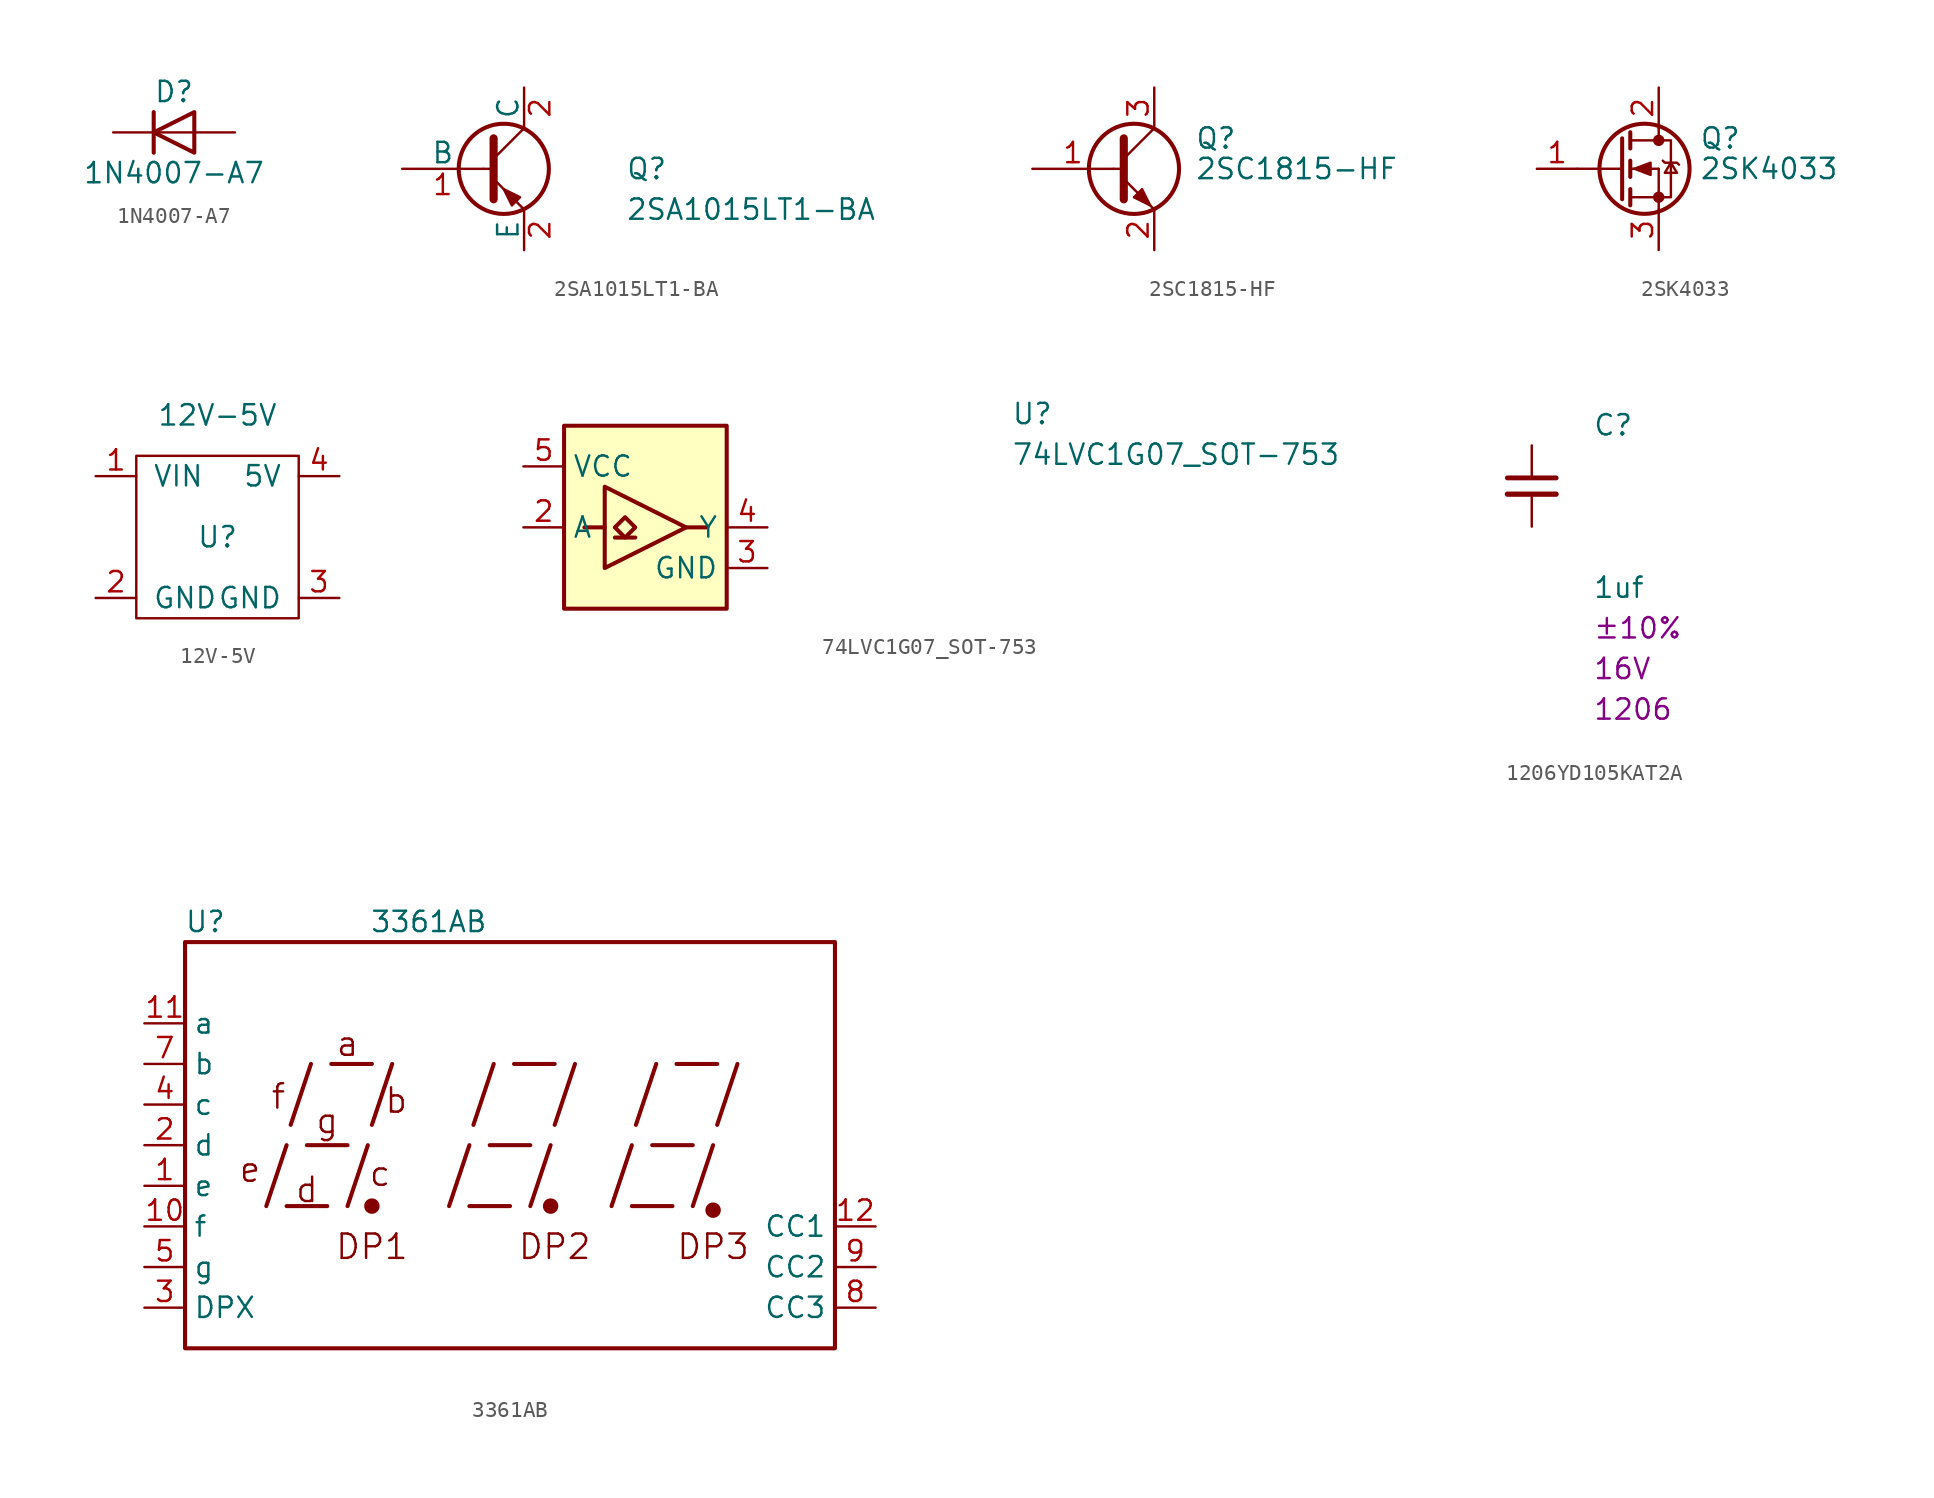
<source format=kicad_sym>
(kicad_symbol_lib
  (version 20231120)
  (generator "kicad_symbol_editor")
  (generator_version "8.0")
  (symbol "1N4007-A7"
    (pin_numbers hide)
    (pin_names
      (offset 1.016) hide)
    (property "Reference" "D"
      (at 0 2.54 0)
      (effects (font (size 1.27 1.27))))
    (property "Value" "1N4007-A7"
      (at 0 -2.54 0)
      (effects (font (size 1.27 1.27))))
    (symbol "1N4007-A7_0_1"
      (polyline (pts (xy -1.27 1.27) (xy -1.27 -1.27)) (stroke (width 0.254) (type default)) (fill (type none)))
      (polyline (pts (xy 1.27 0) (xy -1.27 0)) (stroke (width 0) (type default)) (fill (type none)))
      (polyline (pts (xy 1.27 1.27) (xy 1.27 -1.27) (xy -1.27 0) (xy 1.27 1.27)) (stroke (width 0.254) (type default)) (fill (type none))))
    (symbol "1N4007-A7_1_1"
      (pin passive line (at -3.81 0 0) (length 2.54) (name "K" (effects (font (size 1.27 1.27)))) (number "1" (effects (font (size 1.27 1.27)))))
      (pin passive line (at 3.81 0 180) (length 2.54) (name "A" (effects (font (size 1.27 1.27)))) (number "2" (effects (font (size 1.27 1.27)))))))
  (symbol "2SA1015LT1-BA"
    (pin_names
      (offset 0))
    (property "Reference" "Q"
      (at 8.89 0 0)
      (effects (font (size 1.27 1.27)) (justify left)))
    (property "Value" "2SA1015LT1-BA"
      (at 8.89 -2.54 0)
      (effects (font (size 1.27 1.27)) (justify left)))
    (symbol "2SA1015LT1-BA_0_1"
      (polyline (pts (xy 0 0) (xy 0.635 0)) (stroke (width 0) (type default)) (fill (type none)))
      (polyline (pts (xy 2.54 -2.54) (xy 0.635 -0.635)) (stroke (width 0) (type default)) (fill (type none)))
      (polyline (pts (xy 2.54 2.54) (xy 0.635 0.635)) (stroke (width 0) (type default)) (fill (type none)))
      (polyline (pts (xy 0.635 1.905) (xy 0.635 -1.905) (xy 0.635 -1.905)) (stroke (width 0.508) (type default)) (fill (type outline)))
      (polyline (pts (xy 1.778 -2.286) (xy 2.286 -1.778) (xy 1.27 -1.27) (xy 1.778 -2.286) (xy 1.778 -2.286)) (stroke (width 0) (type default)) (fill (type outline)))
      (circle (center 1.27 0) (radius 2.819) (stroke (width 0.254) (type default)) (fill (type none))))
    (symbol "2SA1015LT1-BA_1_1"
      (pin input line (at -5.08 0 0) (length 5.08) (name "B" (effects (font (size 1.27 1.27)))) (number "1" (effects (font (size 1.27 1.27)))))
      (pin passive line (at 2.54 5.08 270) (length 2.54) (name "C" (effects (font (size 1.27 1.27)))) (number "2" (effects (font (size 1.27 1.27)))))
      (pin passive line (at 2.54 -5.08 90) (length 2.54) (name "E" (effects (font (size 1.27 1.27)))) (number "2" (effects (font (size 1.27 1.27)))))))
  (symbol "2SC1815-HF"
    (pin_names
      (offset 0) hide)
    (property "Reference" "Q"
      (at 5.08 1.905 0)
      (effects (font (size 1.27 1.27)) (justify left)))
    (property "Value" "2SC1815-HF"
      (at 5.08 0 0)
      (effects (font (size 1.27 1.27)) (justify left)))
    (symbol "2SC1815-HF_0_1"
      (polyline (pts (xy 0 0) (xy 0.508 0)) (stroke (width 0) (type default)) (fill (type none)))
      (polyline (pts (xy 0.635 0.635) (xy 2.54 2.54)) (stroke (width 0) (type default)) (fill (type none)))
      (polyline (pts (xy 0.635 -0.635) (xy 2.54 -2.54) (xy 2.54 -2.54)) (stroke (width 0) (type default)) (fill (type none)))
      (polyline (pts (xy 0.635 1.905) (xy 0.635 -1.905) (xy 0.635 -1.905)) (stroke (width 0.508) (type default)) (fill (type none)))
      (polyline (pts (xy 1.27 -1.778) (xy 1.778 -1.27) (xy 2.286 -2.286) (xy 1.27 -1.778) (xy 1.27 -1.778)) (stroke (width 0) (type default)) (fill (type outline)))
      (circle (center 1.27 0) (radius 2.819) (stroke (width 0.254) (type default)) (fill (type none))))
    (symbol "2SC1815-HF_1_1"
      (pin input line (at -5.08 0 0) (length 5.08) (name "B" (effects (font (size 1.27 1.27)))) (number "1" (effects (font (size 1.27 1.27)))))
      (pin passive line (at 2.54 -5.08 90) (length 2.54) (name "E" (effects (font (size 1.27 1.27)))) (number "2" (effects (font (size 1.27 1.27)))))
      (pin passive line (at 2.54 5.08 270) (length 2.54) (name "C" (effects (font (size 1.27 1.27)))) (number "3" (effects (font (size 1.27 1.27)))))))
  (symbol "2SK4033"
    (pin_names
      (offset 0) hide)
    (property "Reference" "Q"
      (at 5.08 1.905 0)
      (effects (font (size 1.27 1.27)) (justify left)))
    (property "Value" "2SK4033"
      (at 5.08 0 0)
      (effects (font (size 1.27 1.27)) (justify left)))
    (symbol "2SK4033_0_1"
      (polyline (pts (xy -2.54 0) (xy 0.254 0)) (stroke (width 0) (type solid)) (fill (type none)))
      (polyline (pts (xy 0.762 -1.778) (xy 2.54 -1.778)) (stroke (width 0) (type solid)) (fill (type none)))
      (polyline (pts (xy 0.762 -1.27) (xy 0.762 -2.286)) (stroke (width 0.254) (type solid)) (fill (type none)))
      (polyline (pts (xy 0.762 0) (xy 2.54 0)) (stroke (width 0) (type solid)) (fill (type none)))
      (polyline (pts (xy 0.762 0.508) (xy 0.762 -0.508)) (stroke (width 0.254) (type solid)) (fill (type none)))
      (polyline (pts (xy 0.762 1.778) (xy 2.54 1.778)) (stroke (width 0) (type solid)) (fill (type none)))
      (polyline (pts (xy 0.762 2.286) (xy 0.762 1.27)) (stroke (width 0.254) (type solid)) (fill (type none)))
      (polyline (pts (xy 2.54 -1.778) (xy 2.54 -2.54)) (stroke (width 0) (type solid)) (fill (type none)))
      (polyline (pts (xy 2.54 -1.778) (xy 2.54 0)) (stroke (width 0) (type solid)) (fill (type none)))
      (polyline (pts (xy 2.54 2.54) (xy 2.54 1.778)) (stroke (width 0) (type solid)) (fill (type none)))
      (polyline (pts (xy 0.254 1.905) (xy 0.254 -1.905) (xy 0.254 -1.905)) (stroke (width 0.254) (type solid)) (fill (type none)))
      (polyline (pts (xy 1.016 0) (xy 2.032 0.381) (xy 2.032 -0.381) (xy 1.016 0)) (stroke (width 0) (type solid)) (fill (type outline)))
      (polyline (pts (xy 2.54 -1.778) (xy 3.302 -1.778) (xy 3.302 1.778) (xy 2.54 1.778)) (stroke (width 0) (type solid)) (fill (type none)))
      (polyline (pts (xy 2.794 0.508) (xy 2.921 0.381) (xy 3.683 0.381) (xy 3.81 0.254)) (stroke (width 0) (type solid)) (fill (type none)))
      (polyline (pts (xy 3.302 0.381) (xy 2.921 -0.254) (xy 3.683 -0.254) (xy 3.302 0.381)) (stroke (width 0) (type solid)) (fill (type none)))
      (circle (center 1.651 0) (radius 2.819) (stroke (width 0.254) (type solid)) (fill (type none)))
      (circle (center 2.54 -1.778) (radius 0.279) (stroke (width 0) (type solid)) (fill (type outline)))
      (circle (center 2.54 1.778) (radius 0.279) (stroke (width 0) (type solid)) (fill (type outline))))
    (symbol "2SK4033_1_1"
      (pin input line (at -5.08 0 0) (length 2.54) (name "G" (effects (font (size 1.27 1.27)))) (number "1" (effects (font (size 1.27 1.27)))))
      (pin passive line (at 2.54 5.08 270) (length 2.54) (name "D" (effects (font (size 1.27 1.27)))) (number "2" (effects (font (size 1.27 1.27)))))
      (pin passive line (at 2.54 -5.08 90) (length 2.54) (name "S" (effects (font (size 1.27 1.27)))) (number "3" (effects (font (size 1.27 1.27)))))))
  (symbol "12V-5V"
    (pin_names
      (offset 1.016))
    (property "Reference" "U"
      (at 0 0 0)
      (effects (font (size 1.27 1.27))))
    (property "Value" "12V-5V"
      (at 0 7.62 0)
      (effects (font (size 1.27 1.27))))
    (symbol "12V-5V_0_1"
      (rectangle (start -5.08 5.08) (end 5.08 -5.08) (stroke (width 0) (type solid)) (fill (type none))))
    (symbol "12V-5V_1_1"
      (pin passive line (at -7.62 3.81 0) (length 2.54) (name "VIN" (effects (font (size 1.27 1.27)))) (number "1" (effects (font (size 1.27 1.27)))))
      (pin passive line (at -7.62 -3.81 0) (length 2.54) (name "GND" (effects (font (size 1.27 1.27)))) (number "2" (effects (font (size 1.27 1.27)))))
      (pin passive line (at 7.62 -3.81 180) (length 2.54) (name "GND" (effects (font (size 1.27 1.27)))) (number "3" (effects (font (size 1.27 1.27)))))
      (pin passive line (at 7.62 3.81 180) (length 2.54) (name "5V" (effects (font (size 1.27 1.27)))) (number "4" (effects (font (size 1.27 1.27)))))))
  (symbol "74LVC1G07_SOT-753"
    (property "Reference" "U"
      (at 30.48 2.54 0)
      (effects (font (size 1.27 1.27) (thickness 0.15)) (justify left bottom)))
    (property "Value" "74LVC1G07_SOT-753"
      (at 30.48 0 0)
      (effects (font (size 1.27 1.27) (thickness 0.15)) (justify left bottom)))
    (symbol "74LVC1G07_SOT-753_1_1"
      (polyline (pts (xy 5.08 -3.81) (xy 3.81 -3.81)) (stroke (width 0.254) (type default)) (fill (type background)))
      (polyline (pts (xy 5.715 -4.445) (xy 6.985 -4.445)) (stroke (width 0.254) (type default)) (fill (type background)))
      (polyline (pts (xy 10.16 -3.81) (xy 11.43 -3.81)) (stroke (width 0.254) (type default)) (fill (type background)))
      (polyline (pts (xy 5.08 -1.27) (xy 5.08 -6.35) (xy 10.16 -3.81) (xy 5.08 -1.27)) (stroke (width 0.254) (type default)) (fill (type background)))
      (polyline (pts (xy 6.35 -3.175) (xy 5.715 -3.81) (xy 6.35 -4.445) (xy 6.985 -3.81) (xy 6.35 -3.175)) (stroke (width 0.254) (type default)) (fill (type background)))
      (rectangle (start 2.54 2.54) (end 12.7 -8.89) (stroke (width 0.254) (type default)) (fill (type background)))
      (pin no_connect line (at 2.54 -6.35 0) (length 2.54) hide (name "NC" (effects (font (size 1.27 1.27)))) (number "1" (effects (font (size 1.27 1.27)))))
      (pin input line (at 0 -3.81 0) (length 2.54) (name "A" (effects (font (size 1.27 1.27)))) (number "2" (effects (font (size 1.27 1.27)))))
      (pin power_in line (at 15.24 -6.35 180) (length 2.54) (name "GND" (effects (font (size 1.27 1.27)))) (number "3" (effects (font (size 1.27 1.27)))))
      (pin output line (at 15.24 -3.81 180) (length 2.54) (name "Y" (effects (font (size 1.27 1.27)))) (number "4" (effects (font (size 1.27 1.27)))))
      (pin power_in line (at 0 0 0) (length 2.54) (name "VCC" (effects (font (size 1.27 1.27)))) (number "5" (effects (font (size 1.27 1.27)))))))
  (symbol "1206YD105KAT2A"
    (pin_numbers hide)
    (pin_names
      (offset 0.254) hide)
    (property "Reference" "C"
      (at 3.81 3.81 0)
      (effects (font (size 1.27 1.27)) (justify left)))
    (property "Value" "1uf"
      (at 3.81 -6.35 0)
      (effects (font (size 1.27 1.27)) (justify left)))
    (property "Tolerance" "±10%"
      (at 3.81 -8.89 0)
      (effects (font (size 1.27 1.27)) (justify left)))
    (property "MAX Voltage" "16V"
      (at 3.81 -11.43 0)
      (effects (font (size 1.27 1.27)) (justify left)))
    (property "Chip Set" "1206"
      (at 3.81 -13.97 0)
      (effects (font (size 1.27 1.27)) (justify left)))
    (symbol "1206YD105KAT2A_1_1"
      (polyline (pts (xy -1.524 -0.508) (xy 1.524 -0.508)) (stroke (width 0.33) (type solid)) (fill (type none)))
      (polyline (pts (xy -1.524 0.508) (xy 1.524 0.508)) (stroke (width 0.305) (type solid)) (fill (type none)))
      (pin passive line (at 0 2.54 270) (length 2.032) (name "~" (effects (font (size 1.27 1.27)))) (number "1" (effects (font (size 1.27 1.27)))))
      (pin passive line (at 0 -2.54 90) (length 2.032) (name "~" (effects (font (size 1.27 1.27)))) (number "2" (effects (font (size 1.27 1.27)))))))
  (symbol "3361AB"
    (property "Reference" "U"
      (at -19.05 13.97 0)
      (effects (font (size 1.27 1.27))))
    (property "Value" "3361AB"
      (at -5.08 13.97 0)
      (effects (font (size 1.27 1.27))))
    (symbol "3361AB_0_0"
      (rectangle (start -20.32 12.7) (end 20.32 -12.7) (stroke (width 0.254) (type default)) (fill (type none)))
      (polyline (pts (xy -15.24 -3.81) (xy -13.97 0)) (stroke (width 0.254) (type default)) (fill (type none)))
      (polyline (pts (xy -13.97 -3.81) (xy -11.43 -3.81)) (stroke (width 0.254) (type default)) (fill (type none)))
      (polyline (pts (xy -13.716 1.27) (xy -12.446 5.08)) (stroke (width 0.254) (type default)) (fill (type none)))
      (polyline (pts (xy -12.7 0) (xy -10.16 0)) (stroke (width 0.254) (type default)) (fill (type none)))
      (polyline (pts (xy -11.176 5.08) (xy -8.636 5.08)) (stroke (width 0.254) (type default)) (fill (type none)))
      (polyline (pts (xy -10.16 -3.81) (xy -8.89 0)) (stroke (width 0.254) (type default)) (fill (type none)))
      (polyline (pts (xy -8.636 1.27) (xy -7.366 5.08)) (stroke (width 0.254) (type default)) (fill (type none)))
      (polyline (pts (xy -3.81 -3.81) (xy -2.54 0)) (stroke (width 0.254) (type default)) (fill (type none)))
      (polyline (pts (xy -2.54 -3.81) (xy 0 -3.81)) (stroke (width 0.254) (type default)) (fill (type none)))
      (polyline (pts (xy -2.286 1.27) (xy -1.016 5.08)) (stroke (width 0.254) (type default)) (fill (type none)))
      (polyline (pts (xy -1.27 0) (xy 1.27 0)) (stroke (width 0.254) (type default)) (fill (type none)))
      (polyline (pts (xy 0.254 5.08) (xy 2.794 5.08)) (stroke (width 0.254) (type default)) (fill (type none)))
      (polyline (pts (xy 1.27 -3.81) (xy 2.54 0)) (stroke (width 0.254) (type default)) (fill (type none)))
      (polyline (pts (xy 2.794 1.27) (xy 4.064 5.08)) (stroke (width 0.254) (type default)) (fill (type none)))
      (polyline (pts (xy 6.35 -3.81) (xy 7.62 0)) (stroke (width 0.254) (type default)) (fill (type none)))
      (polyline (pts (xy 7.62 -3.81) (xy 10.16 -3.81)) (stroke (width 0.254) (type default)) (fill (type none)))
      (polyline (pts (xy 7.874 1.27) (xy 9.144 5.08)) (stroke (width 0.254) (type default)) (fill (type none)))
      (polyline (pts (xy 8.89 0) (xy 11.43 0)) (stroke (width 0.254) (type default)) (fill (type none)))
      (polyline (pts (xy 10.414 5.08) (xy 12.954 5.08)) (stroke (width 0.254) (type default)) (fill (type none)))
      (polyline (pts (xy 11.43 -3.81) (xy 12.7 0)) (stroke (width 0.254) (type default)) (fill (type none)))
      (polyline (pts (xy 12.954 1.27) (xy 14.224 5.08)) (stroke (width 0.254) (type default)) (fill (type none)))
      (text "a" (at -10.16 6.35 0) (effects (font (size 1.524 1.524))))
      (text "b" (at -7.112 2.794 0) (effects (font (size 1.524 1.524))))
      (text "c" (at -8.128 -1.778 0) (effects (font (size 1.524 1.524))))
      (text "d" (at -12.7 -2.794 0) (effects (font (size 1.524 1.524))))
      (text "DP1" (at -8.636 -6.35 0) (effects (font (size 1.524 1.524))))
      (text "DP2" (at 2.794 -6.35 0) (effects (font (size 1.524 1.524))))
      (text "DP3" (at 12.7 -6.35 0) (effects (font (size 1.524 1.524))))
      (text "e" (at -16.256 -1.524 0) (effects (font (size 1.524 1.524))))
      (text "f" (at -14.478 3.048 0) (effects (font (size 1.524 1.524))))
      (text "g" (at -11.43 1.524 0) (effects (font (size 1.524 1.524)))))
    (symbol "3361AB_0_1"
      (circle (center -8.636 -3.81) (radius 0.356) (stroke (width 0.254) (type default)) (fill (type outline)))
      (circle (center 2.54 -3.81) (radius 0.356) (stroke (width 0.254) (type default)) (fill (type outline))))
    (symbol "3361AB_1_0"
      (circle (center 12.7 -4.064) (radius 0.356) (stroke (width 0.254) (type default)) (fill (type outline))))
    (symbol "3361AB_1_1"
      (pin input line (at -22.86 -2.54 0) (length 2.54) (name "e" (effects (font (size 1.27 1.27)))) (number "1" (effects (font (size 1.27 1.27)))))
      (pin input line (at -22.86 -5.08 0) (length 2.54) (name "f" (effects (font (size 1.27 1.27)))) (number "10" (effects (font (size 1.27 1.27)))))
      (pin input line (at -22.86 7.62 0) (length 2.54) (name "a" (effects (font (size 1.27 1.27)))) (number "11" (effects (font (size 1.27 1.27)))))
      (pin input line (at 22.86 -5.08 180) (length 2.54) (name "CC1" (effects (font (size 1.27 1.27)))) (number "12" (effects (font (size 1.27 1.27)))))
      (pin input line (at -22.86 0 0) (length 2.54) (name "d" (effects (font (size 1.27 1.27)))) (number "2" (effects (font (size 1.27 1.27)))))
      (pin input line (at -22.86 -10.16 0) (length 2.54) (name "DPX" (effects (font (size 1.27 1.27)))) (number "3" (effects (font (size 1.27 1.27)))))
      (pin input line (at -22.86 2.54 0) (length 2.54) (name "c" (effects (font (size 1.27 1.27)))) (number "4" (effects (font (size 1.27 1.27)))))
      (pin input line (at -22.86 -7.62 0) (length 2.54) (name "g" (effects (font (size 1.27 1.27)))) (number "5" (effects (font (size 1.27 1.27)))))
      (pin input line (at -22.86 5.08 0) (length 2.54) (name "b" (effects (font (size 1.27 1.27)))) (number "7" (effects (font (size 1.27 1.27)))))
      (pin input line (at 22.86 -10.16 180) (length 2.54) (name "CC3" (effects (font (size 1.27 1.27)))) (number "8" (effects (font (size 1.27 1.27)))))
      (pin input line (at 22.86 -7.62 180) (length 2.54) (name "CC2" (effects (font (size 1.27 1.27)))) (number "9" (effects (font (size 1.27 1.27))))))))
</source>
